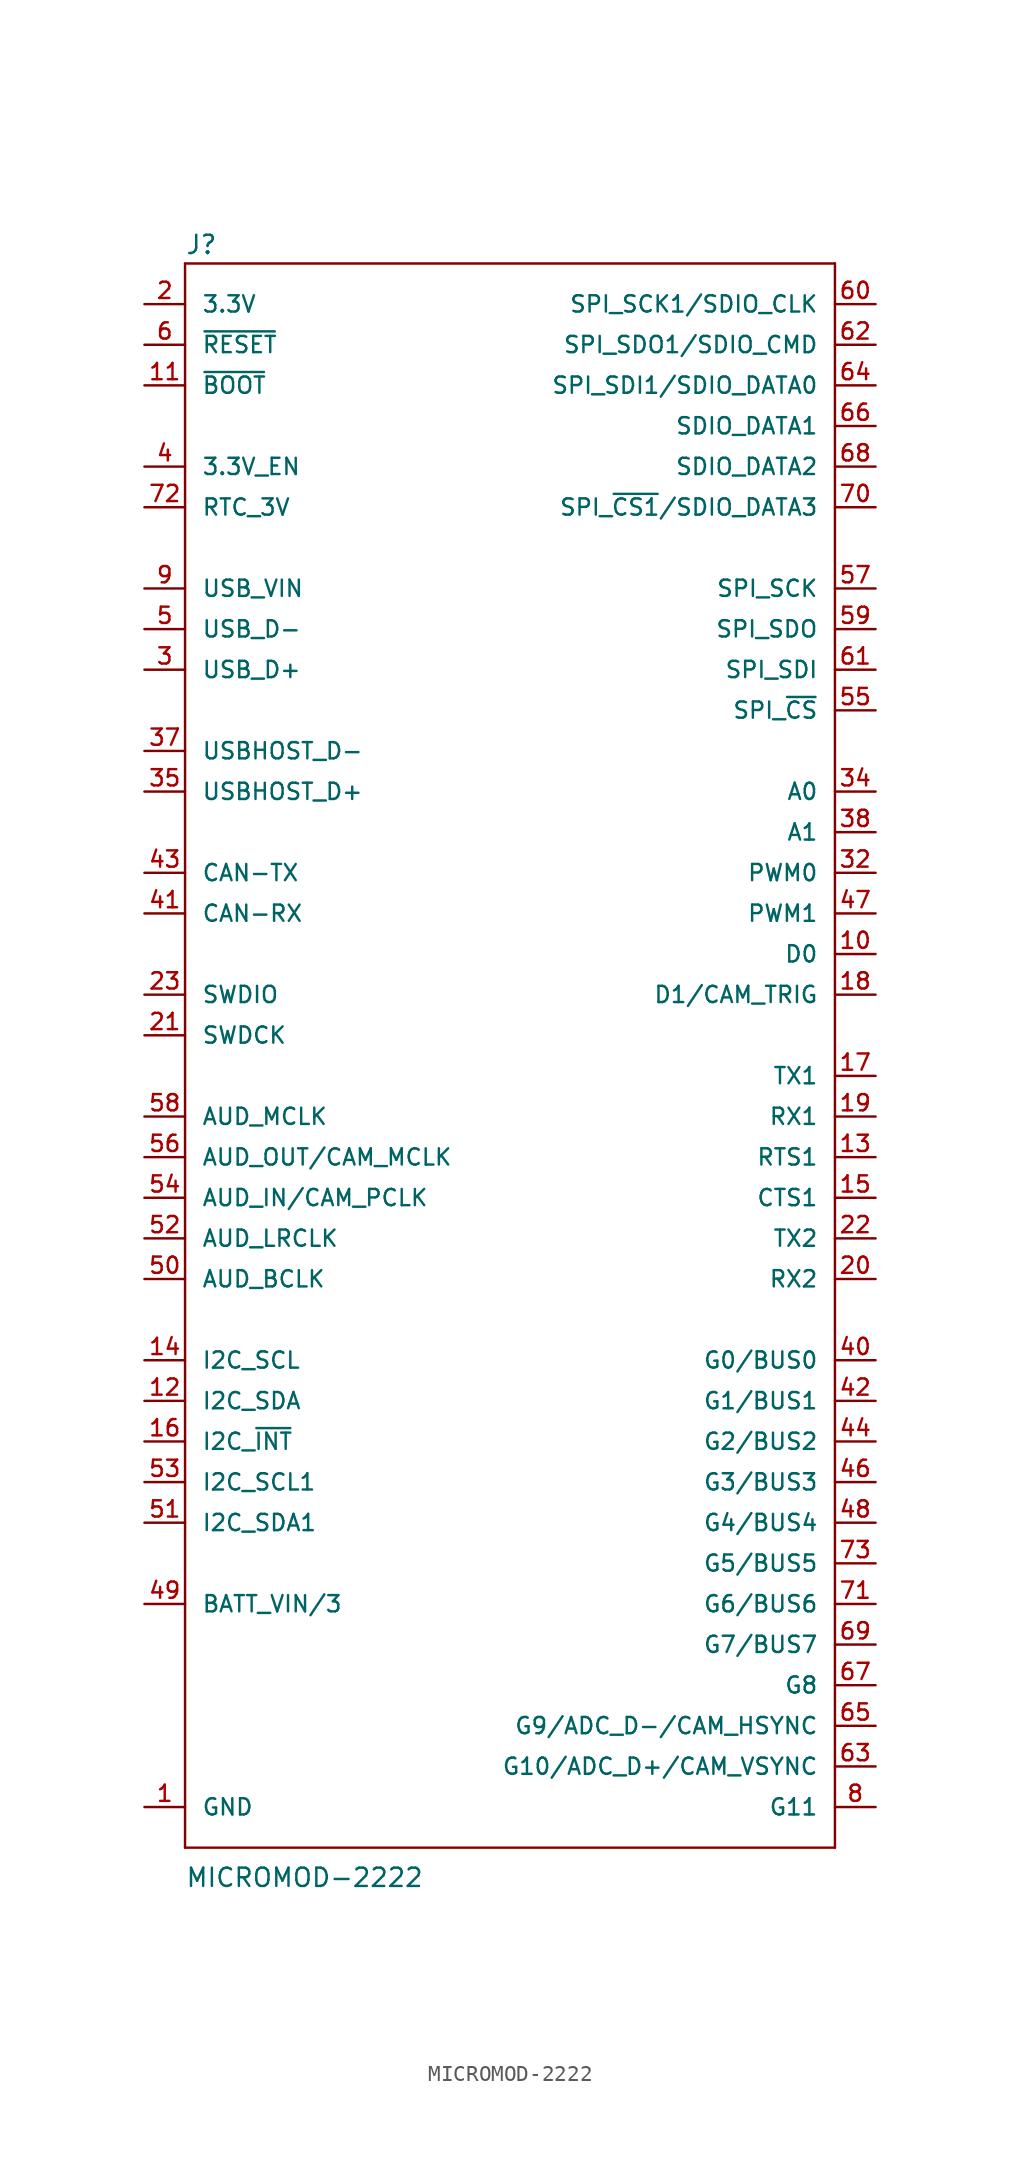
<source format=kicad_sym>
(kicad_symbol_lib
  (version 20231120)
  (generator "kicad_symbol_editor")
  (generator_version "8.0")
  (symbol "MICROMOD-2222"
    (pin_names
      (offset 1.016))
    (property "Reference" "J"
      (at -20.32 53.848 0)
      (effects (font (size 1.143 1.143)) (justify left bottom)))
    (property "Value" "MICROMOD-2222"
      (at -20.32 -48.26 0)
      (effects (font (size 1.143 1.143)) (justify left bottom)))
    (property "ki_locked" ""
      (at 0 0 0)
      (effects (font (size 1.27 1.27))))
    (symbol "MICROMOD-2222_1_0"
      (polyline (pts (xy -20.32 -45.72) (xy -20.32 53.34)) (stroke (width 0) (type default)) (fill (type none)))
      (polyline (pts (xy -20.32 53.34) (xy 20.32 53.34)) (stroke (width 0) (type default)) (fill (type none)))
      (polyline (pts (xy 20.32 -45.72) (xy -20.32 -45.72)) (stroke (width 0) (type default)) (fill (type none)))
      (polyline (pts (xy 20.32 53.34) (xy 20.32 -45.72)) (stroke (width 0) (type default)) (fill (type none))))
    (symbol "MICROMOD-2222_1_1"
      (pin bidirectional line (at -22.86 -43.18 0) (length 2.54) (name "GND" (effects (font (size 1.016 1.016)))) (number "1" (effects (font (size 1.016 1.016)))))
      (pin bidirectional line (at 22.86 10.16 180) (length 2.54) (name "D0" (effects (font (size 1.016 1.016)))) (number "10" (effects (font (size 1.016 1.016)))))
      (pin bidirectional line (at -22.86 45.72 0) (length 2.54) (name "~{BOOT}" (effects (font (size 1.016 1.016)))) (number "11" (effects (font (size 1.016 1.016)))))
      (pin bidirectional line (at -22.86 -17.78 0) (length 2.54) (name "I2C_SDA" (effects (font (size 1.016 1.016)))) (number "12" (effects (font (size 1.016 1.016)))))
      (pin bidirectional line (at 22.86 -2.54 180) (length 2.54) (name "RTS1" (effects (font (size 1.016 1.016)))) (number "13" (effects (font (size 1.016 1.016)))))
      (pin bidirectional line (at -22.86 -15.24 0) (length 2.54) (name "I2C_SCL" (effects (font (size 1.016 1.016)))) (number "14" (effects (font (size 1.016 1.016)))))
      (pin bidirectional line (at 22.86 -5.08 180) (length 2.54) (name "CTS1" (effects (font (size 1.016 1.016)))) (number "15" (effects (font (size 1.016 1.016)))))
      (pin bidirectional line (at -22.86 -20.32 0) (length 2.54) (name "I2C_~{INT}" (effects (font (size 1.016 1.016)))) (number "16" (effects (font (size 1.016 1.016)))))
      (pin bidirectional line (at 22.86 2.54 180) (length 2.54) (name "TX1" (effects (font (size 1.016 1.016)))) (number "17" (effects (font (size 1.016 1.016)))))
      (pin bidirectional line (at 22.86 7.62 180) (length 2.54) (name "D1/CAM_TRIG" (effects (font (size 1.016 1.016)))) (number "18" (effects (font (size 1.016 1.016)))))
      (pin bidirectional line (at 22.86 0 180) (length 2.54) (name "RX1" (effects (font (size 1.016 1.016)))) (number "19" (effects (font (size 1.016 1.016)))))
      (pin bidirectional line (at -22.86 50.8 0) (length 2.54) (name "3.3V" (effects (font (size 1.016 1.016)))) (number "2" (effects (font (size 1.016 1.016)))))
      (pin bidirectional line (at 22.86 -10.16 180) (length 2.54) (name "RX2" (effects (font (size 1.016 1.016)))) (number "20" (effects (font (size 1.016 1.016)))))
      (pin bidirectional line (at -22.86 5.08 0) (length 2.54) (name "SWDCK" (effects (font (size 1.016 1.016)))) (number "21" (effects (font (size 1.016 1.016)))))
      (pin bidirectional line (at 22.86 -7.62 180) (length 2.54) (name "TX2" (effects (font (size 1.016 1.016)))) (number "22" (effects (font (size 1.016 1.016)))))
      (pin bidirectional line (at -22.86 7.62 0) (length 2.54) (name "SWDIO" (effects (font (size 1.016 1.016)))) (number "23" (effects (font (size 1.016 1.016)))))
      (pin bidirectional line (at -22.86 27.94 0) (length 2.54) (name "USB_D+" (effects (font (size 1.016 1.016)))) (number "3" (effects (font (size 1.016 1.016)))))
      (pin bidirectional line (at 22.86 15.24 180) (length 2.54) (name "PWM0" (effects (font (size 1.016 1.016)))) (number "32" (effects (font (size 1.016 1.016)))))
      (pin bidirectional line (at -22.86 -43.18 0) (length 2.54) hide (name "GND" (effects (font (size 1.016 1.016)))) (number "33" (effects (font (size 1.016 1.016)))))
      (pin bidirectional line (at 22.86 20.32 180) (length 2.54) (name "A0" (effects (font (size 1.016 1.016)))) (number "34" (effects (font (size 1.016 1.016)))))
      (pin bidirectional line (at -22.86 20.32 0) (length 2.54) (name "USBHOST_D+" (effects (font (size 1.016 1.016)))) (number "35" (effects (font (size 1.016 1.016)))))
      (pin bidirectional line (at -22.86 -43.18 0) (length 2.54) hide (name "GND" (effects (font (size 1.016 1.016)))) (number "36" (effects (font (size 1.016 1.016)))))
      (pin bidirectional line (at -22.86 22.86 0) (length 2.54) (name "USBHOST_D-" (effects (font (size 1.016 1.016)))) (number "37" (effects (font (size 1.016 1.016)))))
      (pin bidirectional line (at 22.86 17.78 180) (length 2.54) (name "A1" (effects (font (size 1.016 1.016)))) (number "38" (effects (font (size 1.016 1.016)))))
      (pin bidirectional line (at -22.86 -43.18 0) (length 2.54) hide (name "GND" (effects (font (size 1.016 1.016)))) (number "39" (effects (font (size 1.016 1.016)))))
      (pin bidirectional line (at -22.86 40.64 0) (length 2.54) (name "3.3V_EN" (effects (font (size 1.016 1.016)))) (number "4" (effects (font (size 1.016 1.016)))))
      (pin bidirectional line (at 22.86 -15.24 180) (length 2.54) (name "G0/BUS0" (effects (font (size 1.016 1.016)))) (number "40" (effects (font (size 1.016 1.016)))))
      (pin bidirectional line (at -22.86 12.7 0) (length 2.54) (name "CAN-RX" (effects (font (size 1.016 1.016)))) (number "41" (effects (font (size 1.016 1.016)))))
      (pin bidirectional line (at 22.86 -17.78 180) (length 2.54) (name "G1/BUS1" (effects (font (size 1.016 1.016)))) (number "42" (effects (font (size 1.016 1.016)))))
      (pin bidirectional line (at -22.86 15.24 0) (length 2.54) (name "CAN-TX" (effects (font (size 1.016 1.016)))) (number "43" (effects (font (size 1.016 1.016)))))
      (pin bidirectional line (at 22.86 -20.32 180) (length 2.54) (name "G2/BUS2" (effects (font (size 1.016 1.016)))) (number "44" (effects (font (size 1.016 1.016)))))
      (pin bidirectional line (at -22.86 -43.18 0) (length 2.54) hide (name "GND" (effects (font (size 1.016 1.016)))) (number "45" (effects (font (size 1.016 1.016)))))
      (pin bidirectional line (at 22.86 -22.86 180) (length 2.54) (name "G3/BUS3" (effects (font (size 1.016 1.016)))) (number "46" (effects (font (size 1.016 1.016)))))
      (pin bidirectional line (at 22.86 12.7 180) (length 2.54) (name "PWM1" (effects (font (size 1.016 1.016)))) (number "47" (effects (font (size 1.016 1.016)))))
      (pin bidirectional line (at 22.86 -25.4 180) (length 2.54) (name "G4/BUS4" (effects (font (size 1.016 1.016)))) (number "48" (effects (font (size 1.016 1.016)))))
      (pin bidirectional line (at -22.86 -30.48 0) (length 2.54) (name "BATT_VIN/3" (effects (font (size 1.016 1.016)))) (number "49" (effects (font (size 1.016 1.016)))))
      (pin bidirectional line (at -22.86 30.48 0) (length 2.54) (name "USB_D-" (effects (font (size 1.016 1.016)))) (number "5" (effects (font (size 1.016 1.016)))))
      (pin bidirectional line (at -22.86 -10.16 0) (length 2.54) (name "AUD_BCLK" (effects (font (size 1.016 1.016)))) (number "50" (effects (font (size 1.016 1.016)))))
      (pin bidirectional line (at -22.86 -25.4 0) (length 2.54) (name "I2C_SDA1" (effects (font (size 1.016 1.016)))) (number "51" (effects (font (size 1.016 1.016)))))
      (pin bidirectional line (at -22.86 -7.62 0) (length 2.54) (name "AUD_LRCLK" (effects (font (size 1.016 1.016)))) (number "52" (effects (font (size 1.016 1.016)))))
      (pin bidirectional line (at -22.86 -22.86 0) (length 2.54) (name "I2C_SCL1" (effects (font (size 1.016 1.016)))) (number "53" (effects (font (size 1.016 1.016)))))
      (pin bidirectional line (at -22.86 -5.08 0) (length 2.54) (name "AUD_IN/CAM_PCLK" (effects (font (size 1.016 1.016)))) (number "54" (effects (font (size 1.016 1.016)))))
      (pin bidirectional line (at 22.86 25.4 180) (length 2.54) (name "SPI_~{CS}" (effects (font (size 1.016 1.016)))) (number "55" (effects (font (size 1.016 1.016)))))
      (pin bidirectional line (at -22.86 -2.54 0) (length 2.54) (name "AUD_OUT/CAM_MCLK" (effects (font (size 1.016 1.016)))) (number "56" (effects (font (size 1.016 1.016)))))
      (pin bidirectional line (at 22.86 33.02 180) (length 2.54) (name "SPI_SCK" (effects (font (size 1.016 1.016)))) (number "57" (effects (font (size 1.016 1.016)))))
      (pin bidirectional line (at -22.86 0 0) (length 2.54) (name "AUD_MCLK" (effects (font (size 1.016 1.016)))) (number "58" (effects (font (size 1.016 1.016)))))
      (pin bidirectional line (at 22.86 30.48 180) (length 2.54) (name "SPI_SDO" (effects (font (size 1.016 1.016)))) (number "59" (effects (font (size 1.016 1.016)))))
      (pin bidirectional line (at -22.86 48.26 0) (length 2.54) (name "~{RESET}" (effects (font (size 1.016 1.016)))) (number "6" (effects (font (size 1.016 1.016)))))
      (pin bidirectional line (at 22.86 50.8 180) (length 2.54) (name "SPI_SCK1/SDIO_CLK" (effects (font (size 1.016 1.016)))) (number "60" (effects (font (size 1.016 1.016)))))
      (pin bidirectional line (at 22.86 27.94 180) (length 2.54) (name "SPI_SDI" (effects (font (size 1.016 1.016)))) (number "61" (effects (font (size 1.016 1.016)))))
      (pin bidirectional line (at 22.86 48.26 180) (length 2.54) (name "SPI_SDO1/SDIO_CMD" (effects (font (size 1.016 1.016)))) (number "62" (effects (font (size 1.016 1.016)))))
      (pin bidirectional line (at 22.86 -40.64 180) (length 2.54) (name "G10/ADC_D+/CAM_VSYNC" (effects (font (size 1.016 1.016)))) (number "63" (effects (font (size 1.016 1.016)))))
      (pin bidirectional line (at 22.86 45.72 180) (length 2.54) (name "SPI_SDI1/SDIO_DATA0" (effects (font (size 1.016 1.016)))) (number "64" (effects (font (size 1.016 1.016)))))
      (pin bidirectional line (at 22.86 -38.1 180) (length 2.54) (name "G9/ADC_D-/CAM_HSYNC" (effects (font (size 1.016 1.016)))) (number "65" (effects (font (size 1.016 1.016)))))
      (pin bidirectional line (at 22.86 43.18 180) (length 2.54) (name "SDIO_DATA1" (effects (font (size 1.016 1.016)))) (number "66" (effects (font (size 1.016 1.016)))))
      (pin bidirectional line (at 22.86 -35.56 180) (length 2.54) (name "G8" (effects (font (size 1.016 1.016)))) (number "67" (effects (font (size 1.016 1.016)))))
      (pin bidirectional line (at 22.86 40.64 180) (length 2.54) (name "SDIO_DATA2" (effects (font (size 1.016 1.016)))) (number "68" (effects (font (size 1.016 1.016)))))
      (pin bidirectional line (at 22.86 -33.02 180) (length 2.54) (name "G7/BUS7" (effects (font (size 1.016 1.016)))) (number "69" (effects (font (size 1.016 1.016)))))
      (pin bidirectional line (at -22.86 -43.18 0) (length 2.54) hide (name "GND" (effects (font (size 1.016 1.016)))) (number "7" (effects (font (size 1.016 1.016)))))
      (pin bidirectional line (at 22.86 38.1 180) (length 2.54) (name "SPI_~{CS1}/SDIO_DATA3" (effects (font (size 1.016 1.016)))) (number "70" (effects (font (size 1.016 1.016)))))
      (pin bidirectional line (at 22.86 -30.48 180) (length 2.54) (name "G6/BUS6" (effects (font (size 1.016 1.016)))) (number "71" (effects (font (size 1.016 1.016)))))
      (pin bidirectional line (at -22.86 38.1 0) (length 2.54) (name "RTC_3V" (effects (font (size 1.016 1.016)))) (number "72" (effects (font (size 1.016 1.016)))))
      (pin bidirectional line (at 22.86 -27.94 180) (length 2.54) (name "G5/BUS5" (effects (font (size 1.016 1.016)))) (number "73" (effects (font (size 1.016 1.016)))))
      (pin bidirectional line (at -22.86 50.8 0) (length 2.54) hide (name "3.3V" (effects (font (size 1.016 1.016)))) (number "74" (effects (font (size 1.016 1.016)))))
      (pin bidirectional line (at -22.86 -43.18 0) (length 2.54) hide (name "GND" (effects (font (size 1.016 1.016)))) (number "75" (effects (font (size 1.016 1.016)))))
      (pin bidirectional line (at 22.86 -43.18 180) (length 2.54) (name "G11" (effects (font (size 1.016 1.016)))) (number "8" (effects (font (size 1.016 1.016)))))
      (pin bidirectional line (at -22.86 33.02 0) (length 2.54) (name "USB_VIN" (effects (font (size 1.016 1.016)))) (number "9" (effects (font (size 1.016 1.016)))))
      (pin bidirectional line (at -22.86 -43.18 0) (length 2.54) hide (name "GND" (effects (font (size 1.016 1.016)))) (number "GND1" (effects (font (size 1.016 1.016)))))
      (pin bidirectional line (at -22.86 -43.18 0) (length 2.54) hide (name "GND" (effects (font (size 1.016 1.016)))) (number "GND2" (effects (font (size 1.016 1.016)))))
      (pin bidirectional line (at -22.86 -43.18 0) (length 2.54) hide (name "GND" (effects (font (size 1.016 1.016)))) (number "GND3" (effects (font (size 1.016 1.016))))))))
</source>
